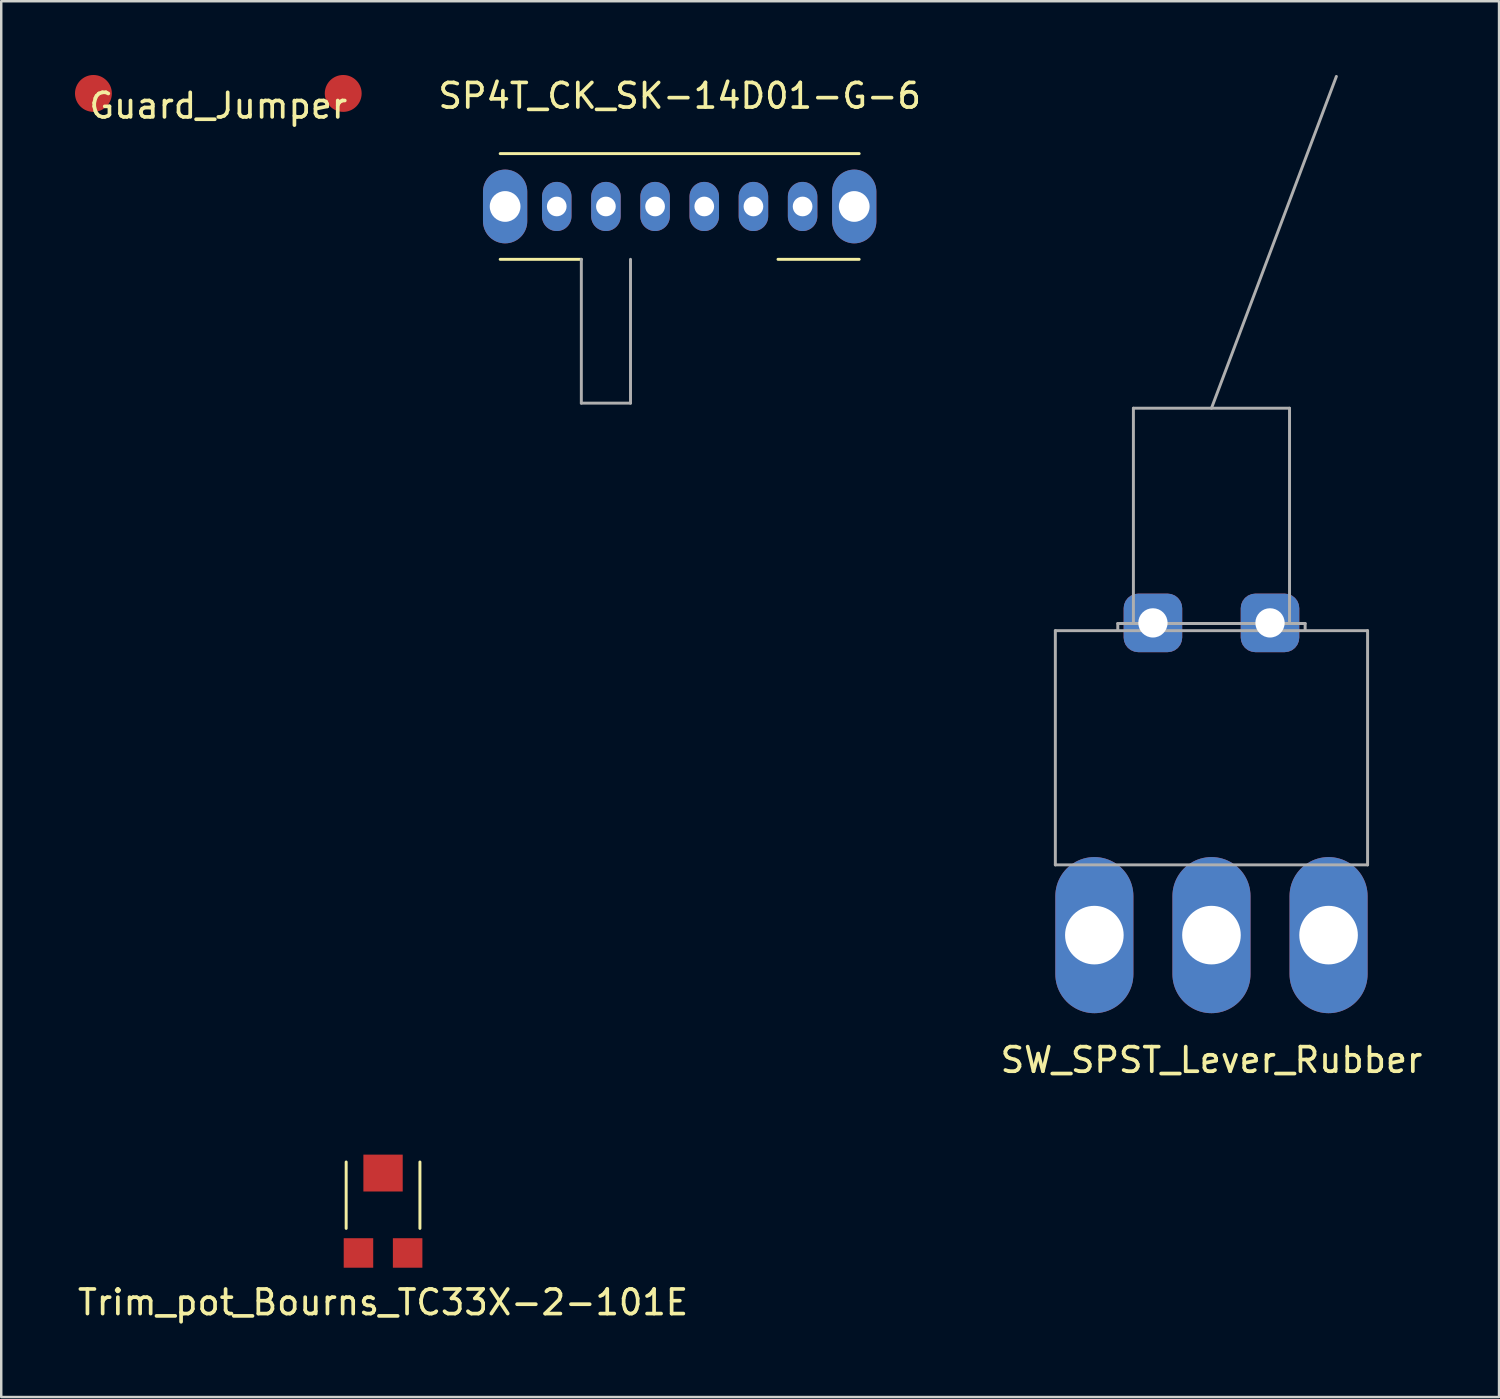
<source format=kicad_pcb>
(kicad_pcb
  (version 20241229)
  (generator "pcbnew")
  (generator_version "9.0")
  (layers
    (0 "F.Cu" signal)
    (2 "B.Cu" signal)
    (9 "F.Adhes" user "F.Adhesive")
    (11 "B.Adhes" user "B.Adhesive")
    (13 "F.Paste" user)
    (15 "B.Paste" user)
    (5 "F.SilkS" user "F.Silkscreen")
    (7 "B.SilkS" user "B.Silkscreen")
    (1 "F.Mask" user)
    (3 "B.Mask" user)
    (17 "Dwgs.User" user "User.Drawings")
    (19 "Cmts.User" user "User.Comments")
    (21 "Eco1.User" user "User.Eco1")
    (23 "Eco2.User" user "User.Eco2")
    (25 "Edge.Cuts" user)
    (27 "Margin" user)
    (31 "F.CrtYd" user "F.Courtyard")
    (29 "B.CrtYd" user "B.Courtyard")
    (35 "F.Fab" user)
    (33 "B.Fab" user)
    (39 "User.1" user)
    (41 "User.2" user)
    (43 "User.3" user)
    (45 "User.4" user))
  (footprint "Trim_pot_Bourns_TC33X-2-101E"
    (layer "F.Cu")
    (at 12.53 46.113)
    (property "Reference" "Trim_pot_Bourns_TC33X-2-101E" (at 0 3.81 0) (layer "F.SilkS") (effects (font (size 1 1) (thickness 0.15))))
    (attr through_hole)
    (fp_line (start -1.5 -1.9) (end -1.5 0.8) (stroke (width 0.12) (type solid)) (layer "F.SilkS"))
    (fp_line (start 1.5 -1.9) (end 1.5 0.8) (stroke (width 0.12) (type solid)) (layer "F.SilkS"))
    (pad "1" smd rect (at -1 1.8) (size 1.2 1.2) (layers "F.Cu" "F.Mask" "F.Paste"))
    (pad "2" smd rect (at 0 -1.45) (size 1.6 1.5) (layers "F.Cu" "F.Mask" "F.Paste"))
    (pad "3" smd rect (at 1 1.8) (size 1.2 1.2) (layers "F.Cu" "F.Mask" "F.Paste")))
  (footprint "SW_SPST_Lever_Rubber"
    (layer "F.Cu")
    (at 46.225 34.985)
    (property "Reference" "SW_SPST_Lever_Rubber" (at 0 5.08 0) (layer "F.SilkS") (effects (font (size 1 1) (thickness 0.15))))
    (attr through_hole)
    (fp_line (start -6.35 -2.857) (end -6.35 -12.383) (stroke (width 0.12) (type solid)) (layer "F.Fab"))
    (fp_line (start -6.35 -2.857) (end 6.35 -2.857) (stroke (width 0.12) (type solid)) (layer "F.Fab"))
    (fp_line (start -3.81 -12.675) (end 3.81 -12.675) (stroke (width 0.12) (type solid)) (layer "F.Fab"))
    (fp_line (start -3.81 -12.395) (end -3.81 -12.675) (stroke (width 0.12) (type solid)) (layer "F.Fab"))
    (fp_line (start -3.175 -21.431) (end -3.175 -12.7) (stroke (width 0.12) (type solid)) (layer "F.Fab"))
    (fp_line (start -3.175 -21.431) (end 3.175 -21.431) (stroke (width 0.12) (type solid)) (layer "F.Fab"))
    (fp_line (start 0 -21.431) (end 5.08 -34.925) (stroke (width 0.12) (type solid)) (layer "F.Fab"))
    (fp_line (start 3.175 -21.431) (end 3.175 -12.7) (stroke (width 0.12) (type solid)) (layer "F.Fab"))
    (fp_line (start 3.81 -12.675) (end 3.81 -12.395) (stroke (width 0.12) (type solid)) (layer "F.Fab"))
    (fp_line (start 6.35 -12.383) (end -6.35 -12.383) (stroke (width 0.12) (type solid)) (layer "F.Fab"))
    (fp_line (start 6.35 -2.857) (end 6.35 -12.383) (stroke (width 0.12) (type solid)) (layer "F.Fab"))
    (pad "" thru_hole roundrect (at -2.381 -12.7) (size 2.383 2.383) (drill 1.191) (layers "*.Cu" "*.Mask") (roundrect_rratio 0.25))
    (pad "" thru_hole roundrect (at 2.381 -12.7) (size 2.383 2.383) (drill 1.191) (layers "*.Cu" "*.Mask") (roundrect_rratio 0.25))
    (pad "1" thru_hole oval (at -4.763 0) (size 3.175 6.35) (drill 2.383) (layers "*.Cu" "*.Mask"))
    (pad "2" thru_hole oval (at 0 0) (size 3.175 6.35) (drill 2.383) (layers "*.Cu" "*.Mask"))
    (pad "2" thru_hole oval (at 4.763 0) (size 3.175 6.35) (drill 2.383) (layers "*.Cu" "*.Mask")))
  (footprint "SP4T_CK_SK-14D01-G-6"
    (layer "F.Cu")
    (at 24.595 5.348)
    (property "Reference" "SP4T_CK_SK-14D01-G-6" (at 0 -4.5 0) (layer "F.SilkS") (effects (font (size 1 1) (thickness 0.15))))
    (attr through_hole)
    (fp_line (start -7.3 -2.15) (end 7.3 -2.15) (stroke (width 0.12) (type solid)) (layer "F.SilkS"))
    (fp_line (start -4 2.15) (end -7.3 2.15) (stroke (width 0.12) (type solid)) (layer "F.SilkS"))
    (fp_line (start 7.3 2.15) (end 4 2.15) (stroke (width 0.12) (type solid)) (layer "F.SilkS"))
    (fp_line (start -4 2.15) (end -4 8) (stroke (width 0.12) (type solid)) (layer "F.Fab"))
    (fp_line (start -4 8) (end -2 8) (stroke (width 0.12) (type solid)) (layer "F.Fab"))
    (fp_line (start -2 8) (end -2 2.15) (stroke (width 0.12) (type solid)) (layer "F.Fab"))
    (pad "" thru_hole oval (at -7.1 0) (size 1.8 3) (drill 1.25) (layers "*.Cu" "*.Mask"))
    (pad "" thru_hole oval (at 7.1 0) (size 1.8 3) (drill 1.25) (layers "*.Cu" "*.Mask"))
    (pad "1" thru_hole oval (at -5 0) (size 1.2 2) (drill 0.8) (layers "*.Cu" "*.Mask"))
    (pad "2" thru_hole oval (at -3 0) (size 1.2 2) (drill 0.8) (layers "*.Cu" "*.Mask"))
    (pad "3" thru_hole oval (at -1 0) (size 1.2 2) (drill 0.8) (layers "*.Cu" "*.Mask"))
    (pad "3" thru_hole oval (at 1 0) (size 1.2 2) (drill 0.8) (layers "*.Cu" "*.Mask"))
    (pad "4" thru_hole oval (at 3 0) (size 1.2 2) (drill 0.8) (layers "*.Cu" "*.Mask"))
    (pad "5" thru_hole oval (at 5 0) (size 1.2 2) (drill 0.8) (layers "*.Cu" "*.Mask")))
  (footprint "Guard_Jumper"
    (layer "F.Cu")
    (at 5.83 0.75)
    (property "Reference" "Guard_Jumper" (at 0 0.5 0) (layer "F.SilkS") (effects (font (size 1 1) (thickness 0.15))))
    (attr through_hole)
    (pad "1" smd circle (at -5.08 0) (size 1.5 1.5) (layers "F.Cu" "F.Mask" "F.Paste"))
    (pad "2" smd circle (at 5.08 0) (size 1.5 1.5) (layers "F.Cu" "F.Mask" "F.Paste")))
  (gr_rect
    (start -3 -3)
    (end 57.922 53.772)
    (stroke (width 0.1) (type default))
    (fill no)
    (layer "Edge.Cuts")))
</source>
